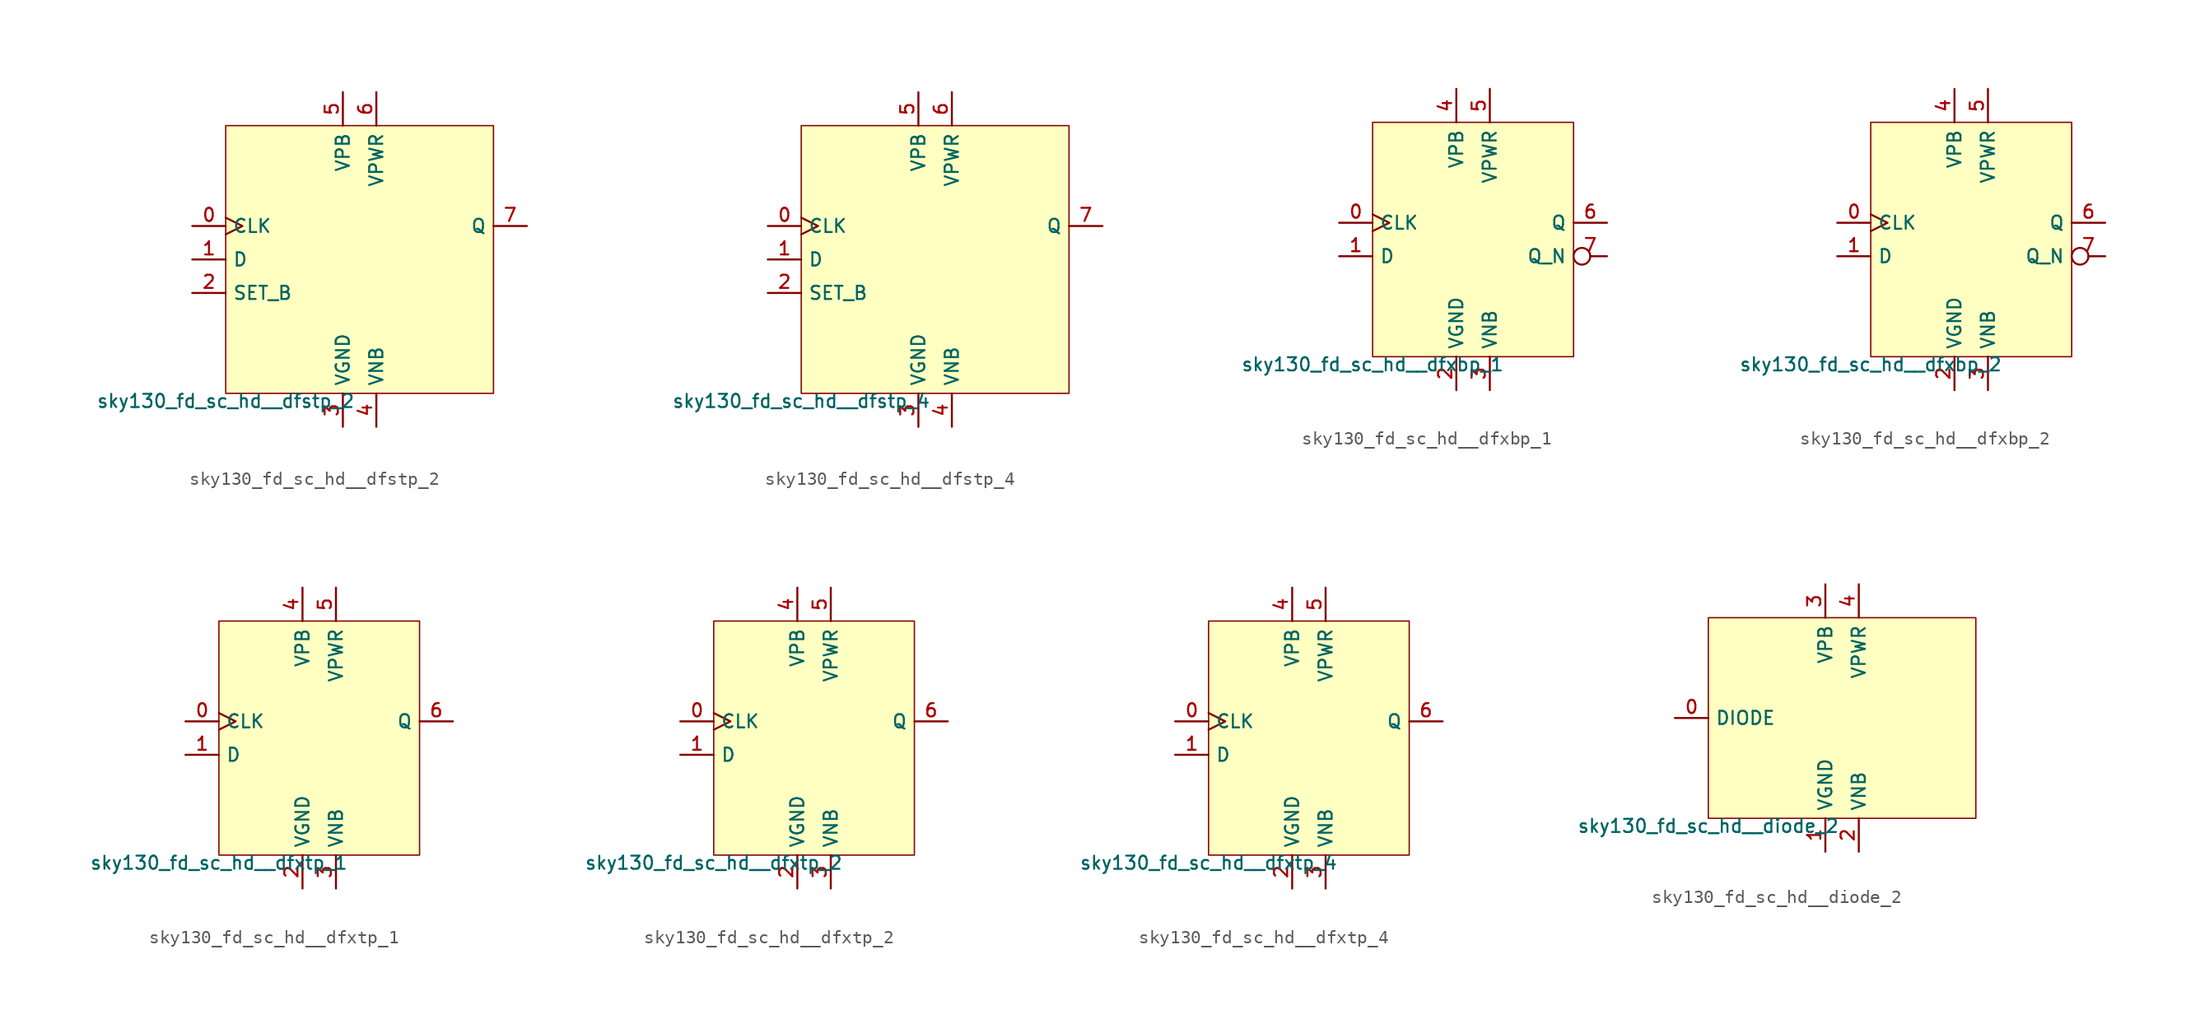
<source format=kicad_sym>
(kicad_symbol_lib
  (version 20211014)
  (generator lef2kicad_sym)
  (symbol "sky130_fd_sc_hd__dfstp_2"
    (property "Reference" "X"
      (at 0 0 0)
      (effects (font (size 1 1)) hide))
    (property "Value" "sky130_fd_sc_hd__dfstp_2"
      (at -10.16 -10.16 0)
      (effects (font (size 1 1)) (justify top)))
    (rectangle
      (start -10.16 -10.16)
      (end 10.16 10.16)
      (stroke (width 0.1) (type solid) (color 0 0 0 0))
      (fill (type background)))
    (pin input clock
      (at -12.7 2.54 0)
      (length 2.54)
      (name "CLK" (effects (font (size 1 1)) hide))
      (number "0" (effects (font (size 1 1)) hide)))
    (pin input line
      (at -12.7 0.0 0)
      (length 2.54)
      (name "D" (effects (font (size 1 1)) hide))
      (number "1" (effects (font (size 1 1)) hide)))
    (pin input line
      (at -12.7 -2.54 0)
      (length 2.54)
      (name "SET_B" (effects (font (size 1 1)) hide))
      (number "2" (effects (font (size 1 1)) hide)))
    (pin power_in line
      (at -1.27 -12.7 90)
      (length 2.54)
      (name "VGND" (effects (font (size 1 1)) hide))
      (number "3" (effects (font (size 1 1)) hide)))
    (pin power_in line
      (at 1.27 -12.7 90)
      (length 2.54)
      (name "VNB" (effects (font (size 1 1)) hide))
      (number "4" (effects (font (size 1 1)) hide)))
    (pin power_in line
      (at -1.27 12.7 270)
      (length 2.54)
      (name "VPB" (effects (font (size 1 1)) hide))
      (number "5" (effects (font (size 1 1)) hide)))
    (pin power_in line
      (at 1.27 12.7 270)
      (length 2.54)
      (name "VPWR" (effects (font (size 1 1)) hide))
      (number "6" (effects (font (size 1 1)) hide)))
    (pin output line
      (at 12.7 2.54 180)
      (length 2.54)
      (name "Q" (effects (font (size 1 1)) hide))
      (number "7" (effects (font (size 1 1)) hide))))
  (symbol "sky130_fd_sc_hd__dfstp_4"
    (property "Reference" "X"
      (at 0 0 0)
      (effects (font (size 1 1)) hide))
    (property "Value" "sky130_fd_sc_hd__dfstp_4"
      (at -10.16 -10.16 0)
      (effects (font (size 1 1)) (justify top)))
    (rectangle
      (start -10.16 -10.16)
      (end 10.16 10.16)
      (stroke (width 0.1) (type solid) (color 0 0 0 0))
      (fill (type background)))
    (pin input clock
      (at -12.7 2.54 0)
      (length 2.54)
      (name "CLK" (effects (font (size 1 1)) hide))
      (number "0" (effects (font (size 1 1)) hide)))
    (pin input line
      (at -12.7 0.0 0)
      (length 2.54)
      (name "D" (effects (font (size 1 1)) hide))
      (number "1" (effects (font (size 1 1)) hide)))
    (pin input line
      (at -12.7 -2.54 0)
      (length 2.54)
      (name "SET_B" (effects (font (size 1 1)) hide))
      (number "2" (effects (font (size 1 1)) hide)))
    (pin power_in line
      (at -1.27 -12.7 90)
      (length 2.54)
      (name "VGND" (effects (font (size 1 1)) hide))
      (number "3" (effects (font (size 1 1)) hide)))
    (pin power_in line
      (at 1.27 -12.7 90)
      (length 2.54)
      (name "VNB" (effects (font (size 1 1)) hide))
      (number "4" (effects (font (size 1 1)) hide)))
    (pin power_in line
      (at -1.27 12.7 270)
      (length 2.54)
      (name "VPB" (effects (font (size 1 1)) hide))
      (number "5" (effects (font (size 1 1)) hide)))
    (pin power_in line
      (at 1.27 12.7 270)
      (length 2.54)
      (name "VPWR" (effects (font (size 1 1)) hide))
      (number "6" (effects (font (size 1 1)) hide)))
    (pin output line
      (at 12.7 2.54 180)
      (length 2.54)
      (name "Q" (effects (font (size 1 1)) hide))
      (number "7" (effects (font (size 1 1)) hide))))
  (symbol "sky130_fd_sc_hd__dfxbp_1"
    (property "Reference" "X"
      (at 0 0 0)
      (effects (font (size 1 1)) hide))
    (property "Value" "sky130_fd_sc_hd__dfxbp_1"
      (at -7.62 -8.89 0)
      (effects (font (size 1 1)) (justify top)))
    (rectangle
      (start -7.62 -8.89)
      (end 7.62 8.89)
      (stroke (width 0.1) (type solid) (color 0 0 0 0))
      (fill (type background)))
    (pin input clock
      (at -10.16 1.27 0)
      (length 2.54)
      (name "CLK" (effects (font (size 1 1)) hide))
      (number "0" (effects (font (size 1 1)) hide)))
    (pin input line
      (at -10.16 -1.27 0)
      (length 2.54)
      (name "D" (effects (font (size 1 1)) hide))
      (number "1" (effects (font (size 1 1)) hide)))
    (pin power_in line
      (at -1.27 -11.43 90)
      (length 2.54)
      (name "VGND" (effects (font (size 1 1)) hide))
      (number "2" (effects (font (size 1 1)) hide)))
    (pin power_in line
      (at 1.27 -11.43 90)
      (length 2.54)
      (name "VNB" (effects (font (size 1 1)) hide))
      (number "3" (effects (font (size 1 1)) hide)))
    (pin power_in line
      (at -1.27 11.43 270)
      (length 2.54)
      (name "VPB" (effects (font (size 1 1)) hide))
      (number "4" (effects (font (size 1 1)) hide)))
    (pin power_in line
      (at 1.27 11.43 270)
      (length 2.54)
      (name "VPWR" (effects (font (size 1 1)) hide))
      (number "5" (effects (font (size 1 1)) hide)))
    (pin output line
      (at 10.16 1.27 180)
      (length 2.54)
      (name "Q" (effects (font (size 1 1)) hide))
      (number "6" (effects (font (size 1 1)) hide)))
    (pin output inverted
      (at 10.16 -1.27 180)
      (length 2.54)
      (name "Q_N" (effects (font (size 1 1)) hide))
      (number "7" (effects (font (size 1 1)) hide))))
  (symbol "sky130_fd_sc_hd__dfxbp_2"
    (property "Reference" "X"
      (at 0 0 0)
      (effects (font (size 1 1)) hide))
    (property "Value" "sky130_fd_sc_hd__dfxbp_2"
      (at -7.62 -8.89 0)
      (effects (font (size 1 1)) (justify top)))
    (rectangle
      (start -7.62 -8.89)
      (end 7.62 8.89)
      (stroke (width 0.1) (type solid) (color 0 0 0 0))
      (fill (type background)))
    (pin input clock
      (at -10.16 1.27 0)
      (length 2.54)
      (name "CLK" (effects (font (size 1 1)) hide))
      (number "0" (effects (font (size 1 1)) hide)))
    (pin input line
      (at -10.16 -1.27 0)
      (length 2.54)
      (name "D" (effects (font (size 1 1)) hide))
      (number "1" (effects (font (size 1 1)) hide)))
    (pin power_in line
      (at -1.27 -11.43 90)
      (length 2.54)
      (name "VGND" (effects (font (size 1 1)) hide))
      (number "2" (effects (font (size 1 1)) hide)))
    (pin power_in line
      (at 1.27 -11.43 90)
      (length 2.54)
      (name "VNB" (effects (font (size 1 1)) hide))
      (number "3" (effects (font (size 1 1)) hide)))
    (pin power_in line
      (at -1.27 11.43 270)
      (length 2.54)
      (name "VPB" (effects (font (size 1 1)) hide))
      (number "4" (effects (font (size 1 1)) hide)))
    (pin power_in line
      (at 1.27 11.43 270)
      (length 2.54)
      (name "VPWR" (effects (font (size 1 1)) hide))
      (number "5" (effects (font (size 1 1)) hide)))
    (pin output line
      (at 10.16 1.27 180)
      (length 2.54)
      (name "Q" (effects (font (size 1 1)) hide))
      (number "6" (effects (font (size 1 1)) hide)))
    (pin output inverted
      (at 10.16 -1.27 180)
      (length 2.54)
      (name "Q_N" (effects (font (size 1 1)) hide))
      (number "7" (effects (font (size 1 1)) hide))))
  (symbol "sky130_fd_sc_hd__dfxtp_1"
    (property "Reference" "X"
      (at 0 0 0)
      (effects (font (size 1 1)) hide))
    (property "Value" "sky130_fd_sc_hd__dfxtp_1"
      (at -7.62 -8.89 0)
      (effects (font (size 1 1)) (justify top)))
    (rectangle
      (start -7.62 -8.89)
      (end 7.62 8.89)
      (stroke (width 0.1) (type solid) (color 0 0 0 0))
      (fill (type background)))
    (pin input clock
      (at -10.16 1.27 0)
      (length 2.54)
      (name "CLK" (effects (font (size 1 1)) hide))
      (number "0" (effects (font (size 1 1)) hide)))
    (pin input line
      (at -10.16 -1.27 0)
      (length 2.54)
      (name "D" (effects (font (size 1 1)) hide))
      (number "1" (effects (font (size 1 1)) hide)))
    (pin power_in line
      (at -1.27 -11.43 90)
      (length 2.54)
      (name "VGND" (effects (font (size 1 1)) hide))
      (number "2" (effects (font (size 1 1)) hide)))
    (pin power_in line
      (at 1.27 -11.43 90)
      (length 2.54)
      (name "VNB" (effects (font (size 1 1)) hide))
      (number "3" (effects (font (size 1 1)) hide)))
    (pin power_in line
      (at -1.27 11.43 270)
      (length 2.54)
      (name "VPB" (effects (font (size 1 1)) hide))
      (number "4" (effects (font (size 1 1)) hide)))
    (pin power_in line
      (at 1.27 11.43 270)
      (length 2.54)
      (name "VPWR" (effects (font (size 1 1)) hide))
      (number "5" (effects (font (size 1 1)) hide)))
    (pin output line
      (at 10.16 1.27 180)
      (length 2.54)
      (name "Q" (effects (font (size 1 1)) hide))
      (number "6" (effects (font (size 1 1)) hide))))
  (symbol "sky130_fd_sc_hd__dfxtp_2"
    (property "Reference" "X"
      (at 0 0 0)
      (effects (font (size 1 1)) hide))
    (property "Value" "sky130_fd_sc_hd__dfxtp_2"
      (at -7.62 -8.89 0)
      (effects (font (size 1 1)) (justify top)))
    (rectangle
      (start -7.62 -8.89)
      (end 7.62 8.89)
      (stroke (width 0.1) (type solid) (color 0 0 0 0))
      (fill (type background)))
    (pin input clock
      (at -10.16 1.27 0)
      (length 2.54)
      (name "CLK" (effects (font (size 1 1)) hide))
      (number "0" (effects (font (size 1 1)) hide)))
    (pin input line
      (at -10.16 -1.27 0)
      (length 2.54)
      (name "D" (effects (font (size 1 1)) hide))
      (number "1" (effects (font (size 1 1)) hide)))
    (pin power_in line
      (at -1.27 -11.43 90)
      (length 2.54)
      (name "VGND" (effects (font (size 1 1)) hide))
      (number "2" (effects (font (size 1 1)) hide)))
    (pin power_in line
      (at 1.27 -11.43 90)
      (length 2.54)
      (name "VNB" (effects (font (size 1 1)) hide))
      (number "3" (effects (font (size 1 1)) hide)))
    (pin power_in line
      (at -1.27 11.43 270)
      (length 2.54)
      (name "VPB" (effects (font (size 1 1)) hide))
      (number "4" (effects (font (size 1 1)) hide)))
    (pin power_in line
      (at 1.27 11.43 270)
      (length 2.54)
      (name "VPWR" (effects (font (size 1 1)) hide))
      (number "5" (effects (font (size 1 1)) hide)))
    (pin output line
      (at 10.16 1.27 180)
      (length 2.54)
      (name "Q" (effects (font (size 1 1)) hide))
      (number "6" (effects (font (size 1 1)) hide))))
  (symbol "sky130_fd_sc_hd__dfxtp_4"
    (property "Reference" "X"
      (at 0 0 0)
      (effects (font (size 1 1)) hide))
    (property "Value" "sky130_fd_sc_hd__dfxtp_4"
      (at -7.62 -8.89 0)
      (effects (font (size 1 1)) (justify top)))
    (rectangle
      (start -7.62 -8.89)
      (end 7.62 8.89)
      (stroke (width 0.1) (type solid) (color 0 0 0 0))
      (fill (type background)))
    (pin input clock
      (at -10.16 1.27 0)
      (length 2.54)
      (name "CLK" (effects (font (size 1 1)) hide))
      (number "0" (effects (font (size 1 1)) hide)))
    (pin input line
      (at -10.16 -1.27 0)
      (length 2.54)
      (name "D" (effects (font (size 1 1)) hide))
      (number "1" (effects (font (size 1 1)) hide)))
    (pin power_in line
      (at -1.27 -11.43 90)
      (length 2.54)
      (name "VGND" (effects (font (size 1 1)) hide))
      (number "2" (effects (font (size 1 1)) hide)))
    (pin power_in line
      (at 1.27 -11.43 90)
      (length 2.54)
      (name "VNB" (effects (font (size 1 1)) hide))
      (number "3" (effects (font (size 1 1)) hide)))
    (pin power_in line
      (at -1.27 11.43 270)
      (length 2.54)
      (name "VPB" (effects (font (size 1 1)) hide))
      (number "4" (effects (font (size 1 1)) hide)))
    (pin power_in line
      (at 1.27 11.43 270)
      (length 2.54)
      (name "VPWR" (effects (font (size 1 1)) hide))
      (number "5" (effects (font (size 1 1)) hide)))
    (pin output line
      (at 10.16 1.27 180)
      (length 2.54)
      (name "Q" (effects (font (size 1 1)) hide))
      (number "6" (effects (font (size 1 1)) hide))))
  (symbol "sky130_fd_sc_hd__diode_2"
    (property "Reference" "X"
      (at 0 0 0)
      (effects (font (size 1 1)) hide))
    (property "Value" "sky130_fd_sc_hd__diode_2"
      (at -10.16 -7.62 0)
      (effects (font (size 1 1)) (justify top)))
    (rectangle
      (start -10.16 -7.62)
      (end 10.16 7.62)
      (stroke (width 0.1) (type solid) (color 0 0 0 0))
      (fill (type background)))
    (pin input line
      (at -12.7 0.0 0)
      (length 2.54)
      (name "DIODE" (effects (font (size 1 1)) hide))
      (number "0" (effects (font (size 1 1)) hide)))
    (pin power_in line
      (at -1.27 -10.16 90)
      (length 2.54)
      (name "VGND" (effects (font (size 1 1)) hide))
      (number "1" (effects (font (size 1 1)) hide)))
    (pin power_in line
      (at 1.27 -10.16 90)
      (length 2.54)
      (name "VNB" (effects (font (size 1 1)) hide))
      (number "2" (effects (font (size 1 1)) hide)))
    (pin power_in line
      (at -1.27 10.16 270)
      (length 2.54)
      (name "VPB" (effects (font (size 1 1)) hide))
      (number "3" (effects (font (size 1 1)) hide)))
    (pin power_in line
      (at 1.27 10.16 270)
      (length 2.54)
      (name "VPWR" (effects (font (size 1 1)) hide))
      (number "4" (effects (font (size 1 1)) hide)))))
</source>
